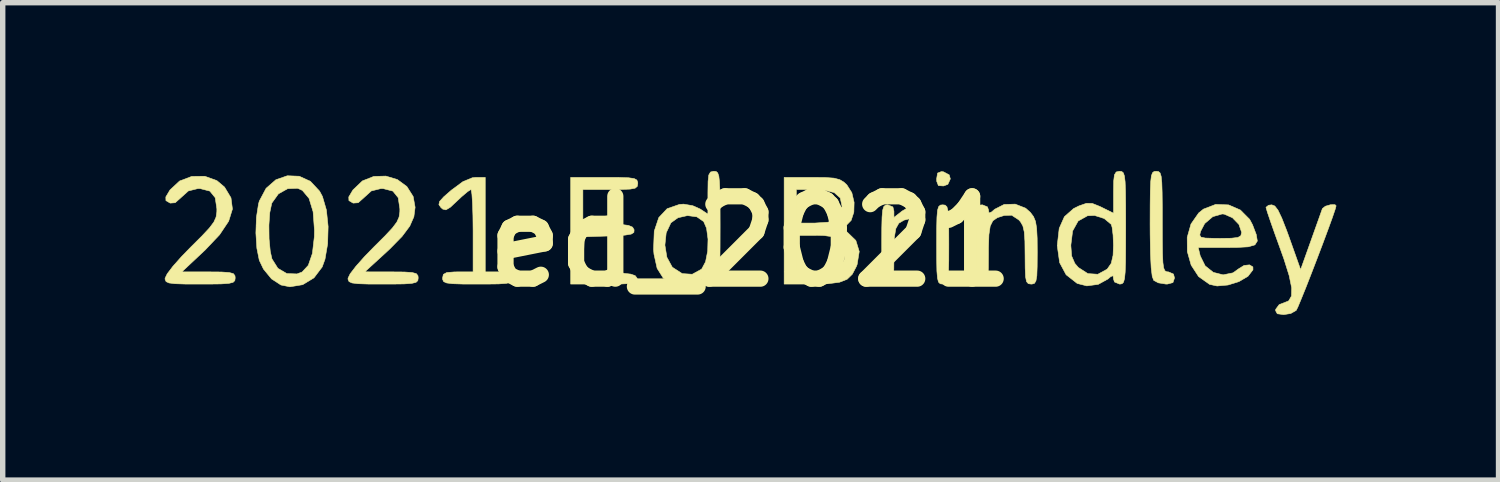
<source format=kicad_pcb>
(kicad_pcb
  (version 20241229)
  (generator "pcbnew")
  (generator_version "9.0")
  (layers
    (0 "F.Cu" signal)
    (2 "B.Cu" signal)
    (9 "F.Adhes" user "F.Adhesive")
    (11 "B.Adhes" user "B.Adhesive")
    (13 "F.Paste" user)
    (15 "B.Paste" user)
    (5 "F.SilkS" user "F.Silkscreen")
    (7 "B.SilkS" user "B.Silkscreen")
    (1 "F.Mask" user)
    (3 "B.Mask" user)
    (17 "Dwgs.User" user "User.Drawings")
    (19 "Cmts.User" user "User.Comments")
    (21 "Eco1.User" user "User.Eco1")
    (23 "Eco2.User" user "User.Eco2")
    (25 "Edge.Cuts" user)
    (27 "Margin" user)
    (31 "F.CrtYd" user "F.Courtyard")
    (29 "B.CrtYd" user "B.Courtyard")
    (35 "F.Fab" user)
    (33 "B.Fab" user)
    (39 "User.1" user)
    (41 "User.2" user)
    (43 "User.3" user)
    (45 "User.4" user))
  (footprint "ed_2021"
    (layer "F.Cu")
    (at 10.842 1.418)
    (property "Reference" "ed_2021" (at 0 0 0) (layer "F.SilkS") (effects (font (size 1.524 1.524) (thickness 0.3))))
    (attr through_hole)
    (fp_poly (pts (xy 3.57 -1.288) (xy 3.676 -1.232) (xy 3.697 -1.157) (xy 3.651 -1.056) (xy 3.57 -1.026) (xy 3.476 -1.033) (xy 3.445 -1.112) (xy 3.443 -1.157) (xy 3.461 -1.265) (xy 3.531 -1.292) (xy 3.57 -1.288)) (stroke (width 0.01) (type solid)) (fill yes) (layer "F.SilkS"))
    (fp_poly (pts (xy 3.602 -0.671) (xy 3.634 -0.64) (xy 3.653 -0.567) (xy 3.664 -0.434) (xy 3.668 -0.222) (xy 3.669 0.056) (xy 3.668 0.356) (xy 3.663 0.561) (xy 3.652 0.688) (xy 3.631 0.757) (xy 3.599 0.785) (xy 3.556 0.79) (xy 3.51 0.784) (xy 3.478 0.753) (xy 3.459 0.68) (xy 3.448 0.547) (xy 3.444 0.335) (xy 3.443 0.056) (xy 3.444 -0.243) (xy 3.449 -0.448) (xy 3.46 -0.576) (xy 3.481 -0.644) (xy 3.513 -0.672) (xy 3.556 -0.677) (xy 3.602 -0.671)) (stroke (width 0.01) (type solid)) (fill yes) (layer "F.SilkS"))
    (fp_poly (pts (xy 2.634 -0.638) (xy 2.653 -0.56) (xy 2.653 -0.443) (xy 2.802 -0.56) (xy 2.956 -0.653) (xy 3.081 -0.673) (xy 3.152 -0.621) (xy 3.161 -0.572) (xy 3.116 -0.481) (xy 2.983 -0.43) (xy 2.838 -0.393) (xy 2.743 -0.336) (xy 2.688 -0.237) (xy 2.661 -0.076) (xy 2.653 0.171) (xy 2.653 0.261) (xy 2.651 0.508) (xy 2.643 0.664) (xy 2.624 0.749) (xy 2.589 0.784) (xy 2.54 0.79) (xy 2.494 0.784) (xy 2.462 0.753) (xy 2.443 0.68) (xy 2.432 0.547) (xy 2.428 0.335) (xy 2.427 0.056) (xy 2.428 -0.243) (xy 2.433 -0.448) (xy 2.444 -0.576) (xy 2.465 -0.644) (xy 2.497 -0.672) (xy 2.54 -0.677) (xy 2.634 -0.638)) (stroke (width 0.01) (type solid)) (fill yes) (layer "F.SilkS"))
    (fp_poly (pts (xy 7.549 -1.293) (xy 7.579 -1.267) (xy 7.599 -1.204) (xy 7.611 -1.088) (xy 7.617 -0.903) (xy 7.62 -0.633) (xy 7.62 -0.367) (xy 7.621 -0.023) (xy 7.624 0.224) (xy 7.631 0.39) (xy 7.645 0.491) (xy 7.668 0.543) (xy 7.701 0.562) (xy 7.733 0.564) (xy 7.827 0.604) (xy 7.846 0.677) (xy 7.817 0.762) (xy 7.712 0.79) (xy 7.688 0.79) (xy 7.547 0.767) (xy 7.462 0.722) (xy 7.434 0.649) (xy 7.414 0.488) (xy 7.401 0.232) (xy 7.395 -0.126) (xy 7.394 -0.322) (xy 7.395 -0.675) (xy 7.398 -0.931) (xy 7.405 -1.105) (xy 7.418 -1.213) (xy 7.439 -1.271) (xy 7.469 -1.294) (xy 7.507 -1.298) (xy 7.549 -1.293)) (stroke (width 0.01) (type solid)) (fill yes) (layer "F.SilkS"))
    (fp_poly (pts (xy -2.438 -1.184) (xy -2.259 -1.178) (xy -2.155 -1.163) (xy -2.105 -1.136) (xy -2.089 -1.094) (xy -2.088 -1.072) (xy -2.097 -1.019) (xy -2.137 -0.985) (xy -2.229 -0.968) (xy -2.396 -0.961) (xy -2.596 -0.96) (xy -3.104 -0.96) (xy -3.104 -0.343) (xy -2.639 -0.327) (xy -2.404 -0.315) (xy -2.26 -0.296) (xy -2.184 -0.264) (xy -2.156 -0.215) (xy -2.156 -0.214) (xy -2.16 -0.166) (xy -2.21 -0.135) (xy -2.325 -0.116) (xy -2.527 -0.104) (xy -2.607 -0.101) (xy -3.076 -0.085) (xy -3.093 0.238) (xy -3.11 0.56) (xy -2.614 0.576) (xy -2.371 0.588) (xy -2.219 0.605) (xy -2.137 0.633) (xy -2.103 0.677) (xy -2.099 0.691) (xy -2.101 0.735) (xy -2.138 0.763) (xy -2.228 0.78) (xy -2.392 0.788) (xy -2.646 0.79) (xy -2.705 0.79) (xy -3.33 0.79) (xy -3.33 -1.185) (xy -2.709 -1.185) (xy -2.438 -1.184)) (stroke (width 0.01) (type solid)) (fill yes) (layer "F.SilkS"))
    (fp_poly (pts (xy -4.911 0.564) (xy -4.657 0.564) (xy -4.498 0.572) (xy -4.423 0.603) (xy -4.403 0.669) (xy -4.403 0.677) (xy -4.41 0.726) (xy -4.443 0.758) (xy -4.522 0.777) (xy -4.666 0.787) (xy -4.893 0.79) (xy -5.052 0.79) (xy -5.331 0.789) (xy -5.516 0.783) (xy -5.626 0.769) (xy -5.681 0.744) (xy -5.699 0.705) (xy -5.701 0.677) (xy -5.686 0.61) (xy -5.623 0.576) (xy -5.484 0.565) (xy -5.419 0.564) (xy -5.136 0.564) (xy -5.136 -0.198) (xy -5.139 -0.476) (xy -5.147 -0.709) (xy -5.158 -0.876) (xy -5.172 -0.956) (xy -5.176 -0.96) (xy -5.236 -0.923) (xy -5.346 -0.83) (xy -5.431 -0.75) (xy -5.559 -0.631) (xy -5.639 -0.584) (xy -5.698 -0.598) (xy -5.731 -0.627) (xy -5.769 -0.681) (xy -5.756 -0.74) (xy -5.679 -0.825) (xy -5.537 -0.949) (xy -5.323 -1.107) (xy -5.15 -1.178) (xy -5.084 -1.185) (xy -4.911 -1.185) (xy -4.911 0.564)) (stroke (width 0.01) (type solid)) (fill yes) (layer "F.SilkS"))
    (fp_poly (pts (xy 10.837 -0.659) (xy 10.818 -0.589) (xy 10.765 -0.434) (xy 10.686 -0.217) (xy 10.59 0.041) (xy 10.484 0.32) (xy 10.377 0.598) (xy 10.277 0.854) (xy 10.191 1.066) (xy 10.129 1.215) (xy 10.098 1.277) (xy 9.998 1.334) (xy 9.867 1.355) (xy 9.748 1.339) (xy 9.716 1.281) (xy 9.719 1.256) (xy 9.783 1.17) (xy 9.861 1.14) (xy 9.96 1.1) (xy 10.011 1.01) (xy 10.014 0.858) (xy 9.968 0.633) (xy 9.871 0.325) (xy 9.795 0.113) (xy 9.7 -0.15) (xy 9.621 -0.375) (xy 9.565 -0.54) (xy 9.54 -0.625) (xy 9.539 -0.631) (xy 9.586 -0.669) (xy 9.646 -0.677) (xy 9.702 -0.655) (xy 9.761 -0.579) (xy 9.831 -0.433) (xy 9.922 -0.201) (xy 9.967 -0.077) (xy 10.18 0.523) (xy 10.369 -0.006) (xy 10.452 -0.239) (xy 10.522 -0.435) (xy 10.569 -0.568) (xy 10.583 -0.607) (xy 10.638 -0.651) (xy 10.734 -0.679) (xy 10.816 -0.68) (xy 10.837 -0.659)) (stroke (width 0.01) (type solid)) (fill yes) (layer "F.SilkS"))
    (fp_poly (pts (xy -8.353 -1.206) (xy -8.147 -1.112) (xy -7.977 -0.93) (xy -7.924 -0.831) (xy -7.851 -0.581) (xy -7.819 -0.274) (xy -7.828 0.044) (xy -7.877 0.33) (xy -7.929 0.473) (xy -8.081 0.674) (xy -8.29 0.801) (xy -8.526 0.84) (xy -8.692 0.807) (xy -8.866 0.694) (xy -9.016 0.511) (xy -9.093 0.35) (xy -9.138 0.126) (xy -9.156 -0.156) (xy -9.151 -0.301) (xy -8.915 -0.301) (xy -8.912 -0.047) (xy -8.89 0.183) (xy -8.859 0.323) (xy -8.749 0.498) (xy -8.584 0.595) (xy -8.395 0.602) (xy -8.3 0.566) (xy -8.186 0.443) (xy -8.11 0.222) (xy -8.074 -0.087) (xy -8.072 -0.208) (xy -8.097 -0.549) (xy -8.172 -0.796) (xy -8.296 -0.944) (xy -8.382 -0.983) (xy -8.568 -0.976) (xy -8.739 -0.88) (xy -8.858 -0.714) (xy -8.864 -0.699) (xy -8.899 -0.533) (xy -8.915 -0.301) (xy -9.151 -0.301) (xy -9.146 -0.445) (xy -9.108 -0.691) (xy -9.093 -0.746) (xy -8.967 -0.983) (xy -8.786 -1.141) (xy -8.574 -1.215) (xy -8.353 -1.206)) (stroke (width 0.01) (type solid)) (fill yes) (layer "F.SilkS"))
    (fp_poly (pts (xy -9.878 -1.125) (xy -9.736 -1.005) (xy -9.617 -0.807) (xy -9.59 -0.599) (xy -9.66 -0.374) (xy -9.828 -0.123) (xy -10.098 0.162) (xy -10.121 0.183) (xy -10.527 0.564) (xy -10.033 0.564) (xy -9.796 0.566) (xy -9.649 0.576) (xy -9.572 0.597) (xy -9.543 0.636) (xy -9.539 0.677) (xy -9.546 0.726) (xy -9.579 0.758) (xy -9.658 0.777) (xy -9.802 0.787) (xy -10.03 0.79) (xy -10.188 0.79) (xy -10.468 0.789) (xy -10.653 0.783) (xy -10.764 0.769) (xy -10.818 0.744) (xy -10.836 0.704) (xy -10.837 0.682) (xy -10.798 0.601) (xy -10.692 0.461) (xy -10.532 0.281) (xy -10.358 0.102) (xy -10.153 -0.102) (xy -10.016 -0.249) (xy -9.934 -0.358) (xy -9.893 -0.45) (xy -9.879 -0.545) (xy -9.878 -0.601) (xy -9.909 -0.809) (xy -10.008 -0.931) (xy -10.185 -0.977) (xy -10.229 -0.978) (xy -10.406 -0.934) (xy -10.526 -0.826) (xy -10.649 -0.716) (xy -10.742 -0.709) (xy -10.821 -0.755) (xy -10.823 -0.823) (xy -10.751 -0.944) (xy -10.745 -0.953) (xy -10.568 -1.118) (xy -10.343 -1.203) (xy -10.102 -1.206) (xy -9.878 -1.125)) (stroke (width 0.01) (type solid)) (fill yes) (layer "F.SilkS"))
    (fp_poly (pts (xy -6.538 -1.145) (xy -6.362 -1.016) (xy -6.245 -0.831) (xy -6.209 -0.631) (xy -6.232 -0.456) (xy -6.308 -0.283) (xy -6.45 -0.093) (xy -6.67 0.132) (xy -6.785 0.239) (xy -7.14 0.563) (xy -6.646 0.564) (xy -6.409 0.566) (xy -6.263 0.576) (xy -6.186 0.597) (xy -6.156 0.636) (xy -6.152 0.677) (xy -6.159 0.726) (xy -6.193 0.758) (xy -6.272 0.777) (xy -6.415 0.787) (xy -6.643 0.79) (xy -6.802 0.79) (xy -7.081 0.789) (xy -7.266 0.783) (xy -7.377 0.769) (xy -7.432 0.744) (xy -7.45 0.704) (xy -7.451 0.682) (xy -7.412 0.601) (xy -7.305 0.461) (xy -7.145 0.281) (xy -6.971 0.102) (xy -6.766 -0.102) (xy -6.629 -0.249) (xy -6.547 -0.358) (xy -6.506 -0.45) (xy -6.492 -0.545) (xy -6.491 -0.601) (xy -6.522 -0.809) (xy -6.621 -0.931) (xy -6.798 -0.977) (xy -6.842 -0.978) (xy -7.02 -0.934) (xy -7.139 -0.826) (xy -7.262 -0.716) (xy -7.356 -0.709) (xy -7.434 -0.755) (xy -7.437 -0.823) (xy -7.365 -0.944) (xy -7.359 -0.953) (xy -7.184 -1.12) (xy -6.974 -1.203) (xy -6.75 -1.209) (xy -6.538 -1.145)) (stroke (width 0.01) (type solid)) (fill yes) (layer "F.SilkS"))
    (fp_poly (pts (xy 8.846 -0.676) (xy 9.065 -0.581) (xy 9.236 -0.409) (xy 9.29 -0.308) (xy 9.359 -0.127) (xy 9.379 -0.007) (xy 9.334 0.064) (xy 9.212 0.1) (xy 8.999 0.112) (xy 8.827 0.113) (xy 8.285 0.113) (xy 8.322 0.268) (xy 8.413 0.452) (xy 8.564 0.573) (xy 8.746 0.619) (xy 8.928 0.582) (xy 9.03 0.509) (xy 9.133 0.445) (xy 9.234 0.434) (xy 9.297 0.472) (xy 9.298 0.526) (xy 9.206 0.645) (xy 9.04 0.743) (xy 8.836 0.807) (xy 8.634 0.825) (xy 8.495 0.795) (xy 8.292 0.651) (xy 8.154 0.439) (xy 8.083 0.188) (xy 8.081 -0.075) (xy 8.093 -0.117) (xy 8.313 -0.117) (xy 8.336 -0.079) (xy 8.417 -0.062) (xy 8.578 -0.057) (xy 8.689 -0.056) (xy 8.897 -0.059) (xy 9.018 -0.073) (xy 9.073 -0.104) (xy 9.087 -0.159) (xy 9.088 -0.169) (xy 9.038 -0.314) (xy 8.918 -0.438) (xy 8.765 -0.505) (xy 8.727 -0.508) (xy 8.554 -0.458) (xy 8.404 -0.33) (xy 8.327 -0.183) (xy 8.313 -0.117) (xy 8.093 -0.117) (xy 8.151 -0.322) (xy 8.294 -0.527) (xy 8.382 -0.598) (xy 8.608 -0.685) (xy 8.846 -0.676)) (stroke (width 0.01) (type solid)) (fill yes) (layer "F.SilkS"))
    (fp_poly (pts (xy 5.09 -0.615) (xy 5.177 -0.538) (xy 5.236 -0.46) (xy 5.273 -0.371) (xy 5.294 -0.246) (xy 5.304 -0.058) (xy 5.306 0.201) (xy 5.304 0.464) (xy 5.298 0.635) (xy 5.281 0.733) (xy 5.252 0.778) (xy 5.206 0.79) (xy 5.193 0.79) (xy 5.14 0.782) (xy 5.107 0.744) (xy 5.089 0.655) (xy 5.082 0.493) (xy 5.08 0.254) (xy 5.077 -0.004) (xy 5.065 -0.176) (xy 5.039 -0.287) (xy 4.995 -0.364) (xy 4.962 -0.4) (xy 4.832 -0.485) (xy 4.694 -0.48) (xy 4.568 -0.44) (xy 4.484 -0.382) (xy 4.435 -0.284) (xy 4.411 -0.124) (xy 4.403 0.118) (xy 4.403 0.233) (xy 4.401 0.488) (xy 4.394 0.65) (xy 4.376 0.741) (xy 4.344 0.781) (xy 4.294 0.79) (xy 4.29 0.79) (xy 4.244 0.784) (xy 4.212 0.753) (xy 4.193 0.68) (xy 4.182 0.547) (xy 4.178 0.335) (xy 4.177 0.056) (xy 4.178 -0.243) (xy 4.183 -0.448) (xy 4.194 -0.576) (xy 4.214 -0.644) (xy 4.247 -0.672) (xy 4.29 -0.677) (xy 4.384 -0.639) (xy 4.403 -0.584) (xy 4.412 -0.526) (xy 4.459 -0.544) (xy 4.518 -0.595) (xy 4.693 -0.684) (xy 4.898 -0.69) (xy 5.09 -0.615)) (stroke (width 0.01) (type solid)) (fill yes) (layer "F.SilkS"))
    (fp_poly (pts (xy 1.379 -1.183) (xy 1.543 -1.171) (xy 1.65 -1.143) (xy 1.729 -1.095) (xy 1.781 -1.047) (xy 1.874 -0.901) (xy 1.916 -0.722) (xy 1.911 -0.541) (xy 1.861 -0.389) (xy 1.77 -0.296) (xy 1.705 -0.282) (xy 1.674 -0.261) (xy 1.747 -0.199) (xy 1.787 -0.173) (xy 1.948 -0.017) (xy 2.011 0.187) (xy 1.972 0.427) (xy 1.955 0.469) (xy 1.882 0.608) (xy 1.786 0.701) (xy 1.645 0.756) (xy 1.436 0.783) (xy 1.137 0.79) (xy 1.133 0.79) (xy 0.621 0.79) (xy 0.621 -0.113) (xy 0.847 -0.113) (xy 0.847 0.564) (xy 1.21 0.564) (xy 1.456 0.552) (xy 1.61 0.511) (xy 1.661 0.476) (xy 1.734 0.333) (xy 1.742 0.156) (xy 1.683 0.001) (xy 1.661 -0.024) (xy 1.552 -0.081) (xy 1.359 -0.109) (xy 1.21 -0.113) (xy 0.847 -0.113) (xy 0.621 -0.113) (xy 0.621 -0.96) (xy 0.847 -0.96) (xy 0.847 -0.339) (xy 1.181 -0.339) (xy 1.428 -0.355) (xy 1.577 -0.405) (xy 1.605 -0.427) (xy 1.676 -0.554) (xy 1.693 -0.649) (xy 1.659 -0.805) (xy 1.547 -0.904) (xy 1.347 -0.952) (xy 1.181 -0.96) (xy 0.847 -0.96) (xy 0.621 -0.96) (xy 0.621 -1.185) (xy 1.131 -1.185) (xy 1.379 -1.183)) (stroke (width 0.01) (type solid)) (fill yes) (layer "F.SilkS"))
    (fp_poly (pts (xy -0.638 -1.294) (xy -0.609 -1.269) (xy -0.588 -1.21) (xy -0.576 -1.102) (xy -0.568 -0.928) (xy -0.565 -0.675) (xy -0.564 -0.326) (xy -0.564 -0.254) (xy -0.565 0.113) (xy -0.568 0.382) (xy -0.574 0.568) (xy -0.586 0.687) (xy -0.604 0.754) (xy -0.632 0.783) (xy -0.669 0.79) (xy -0.677 0.79) (xy -0.772 0.751) (xy -0.79 0.697) (xy -0.798 0.635) (xy -0.842 0.652) (xy -0.893 0.696) (xy -1.06 0.788) (xy -1.265 0.824) (xy -1.439 0.795) (xy -1.617 0.678) (xy -1.73 0.498) (xy -1.788 0.237) (xy -1.796 0.147) (xy -1.793 0.069) (xy -1.586 0.069) (xy -1.549 0.294) (xy -1.452 0.472) (xy -1.442 0.482) (xy -1.265 0.596) (xy -1.08 0.608) (xy -0.912 0.516) (xy -0.903 0.508) (xy -0.833 0.376) (xy -0.794 0.178) (xy -0.788 -0.043) (xy -0.815 -0.244) (xy -0.868 -0.367) (xy -0.995 -0.455) (xy -1.168 -0.478) (xy -1.345 -0.438) (xy -1.475 -0.344) (xy -1.562 -0.159) (xy -1.586 0.069) (xy -1.793 0.069) (xy -1.783 -0.19) (xy -1.699 -0.441) (xy -1.544 -0.606) (xy -1.318 -0.684) (xy -1.241 -0.69) (xy -1.071 -0.661) (xy -0.934 -0.6) (xy -0.79 -0.505) (xy -0.79 -0.902) (xy -0.787 -1.11) (xy -0.774 -1.229) (xy -0.742 -1.284) (xy -0.687 -1.298) (xy -0.677 -1.298) (xy -0.638 -1.294)) (stroke (width 0.01) (type solid)) (fill yes) (layer "F.SilkS"))
    (fp_poly (pts (xy 6.869 -1.294) (xy 6.899 -1.269) (xy 6.919 -1.21) (xy 6.932 -1.102) (xy 6.939 -0.928) (xy 6.942 -0.675) (xy 6.943 -0.326) (xy 6.943 -0.254) (xy 6.942 0.113) (xy 6.94 0.382) (xy 6.933 0.568) (xy 6.921 0.687) (xy 6.903 0.754) (xy 6.875 0.783) (xy 6.838 0.79) (xy 6.83 0.79) (xy 6.735 0.751) (xy 6.717 0.697) (xy 6.709 0.635) (xy 6.665 0.652) (xy 6.614 0.696) (xy 6.434 0.795) (xy 6.223 0.823) (xy 6.045 0.778) (xy 5.84 0.617) (xy 5.72 0.393) (xy 5.678 0.095) (xy 5.678 0.072) (xy 5.927 0.072) (xy 5.942 0.27) (xy 6.001 0.407) (xy 6.065 0.482) (xy 6.242 0.596) (xy 6.427 0.608) (xy 6.595 0.516) (xy 6.604 0.508) (xy 6.675 0.405) (xy 6.709 0.257) (xy 6.716 0.071) (xy 6.709 -0.117) (xy 6.691 -0.262) (xy 6.674 -0.316) (xy 6.544 -0.424) (xy 6.367 -0.48) (xy 6.237 -0.475) (xy 6.063 -0.378) (xy 5.96 -0.193) (xy 5.927 0.072) (xy 5.678 0.072) (xy 5.678 0.057) (xy 5.712 -0.241) (xy 5.808 -0.457) (xy 5.977 -0.607) (xy 6.078 -0.657) (xy 6.215 -0.705) (xy 6.324 -0.703) (xy 6.462 -0.648) (xy 6.497 -0.631) (xy 6.717 -0.522) (xy 6.717 -0.91) (xy 6.72 -1.116) (xy 6.734 -1.232) (xy 6.767 -1.285) (xy 6.824 -1.298) (xy 6.83 -1.298) (xy 6.869 -1.294)) (stroke (width 0.01) (type solid)) (fill yes) (layer "F.SilkS")))
  (gr_rect
    (start -3 -3)
    (end 24.685 5.836)
    (stroke (width 0.1) (type default))
    (fill no)
    (layer "Edge.Cuts")))
</source>
